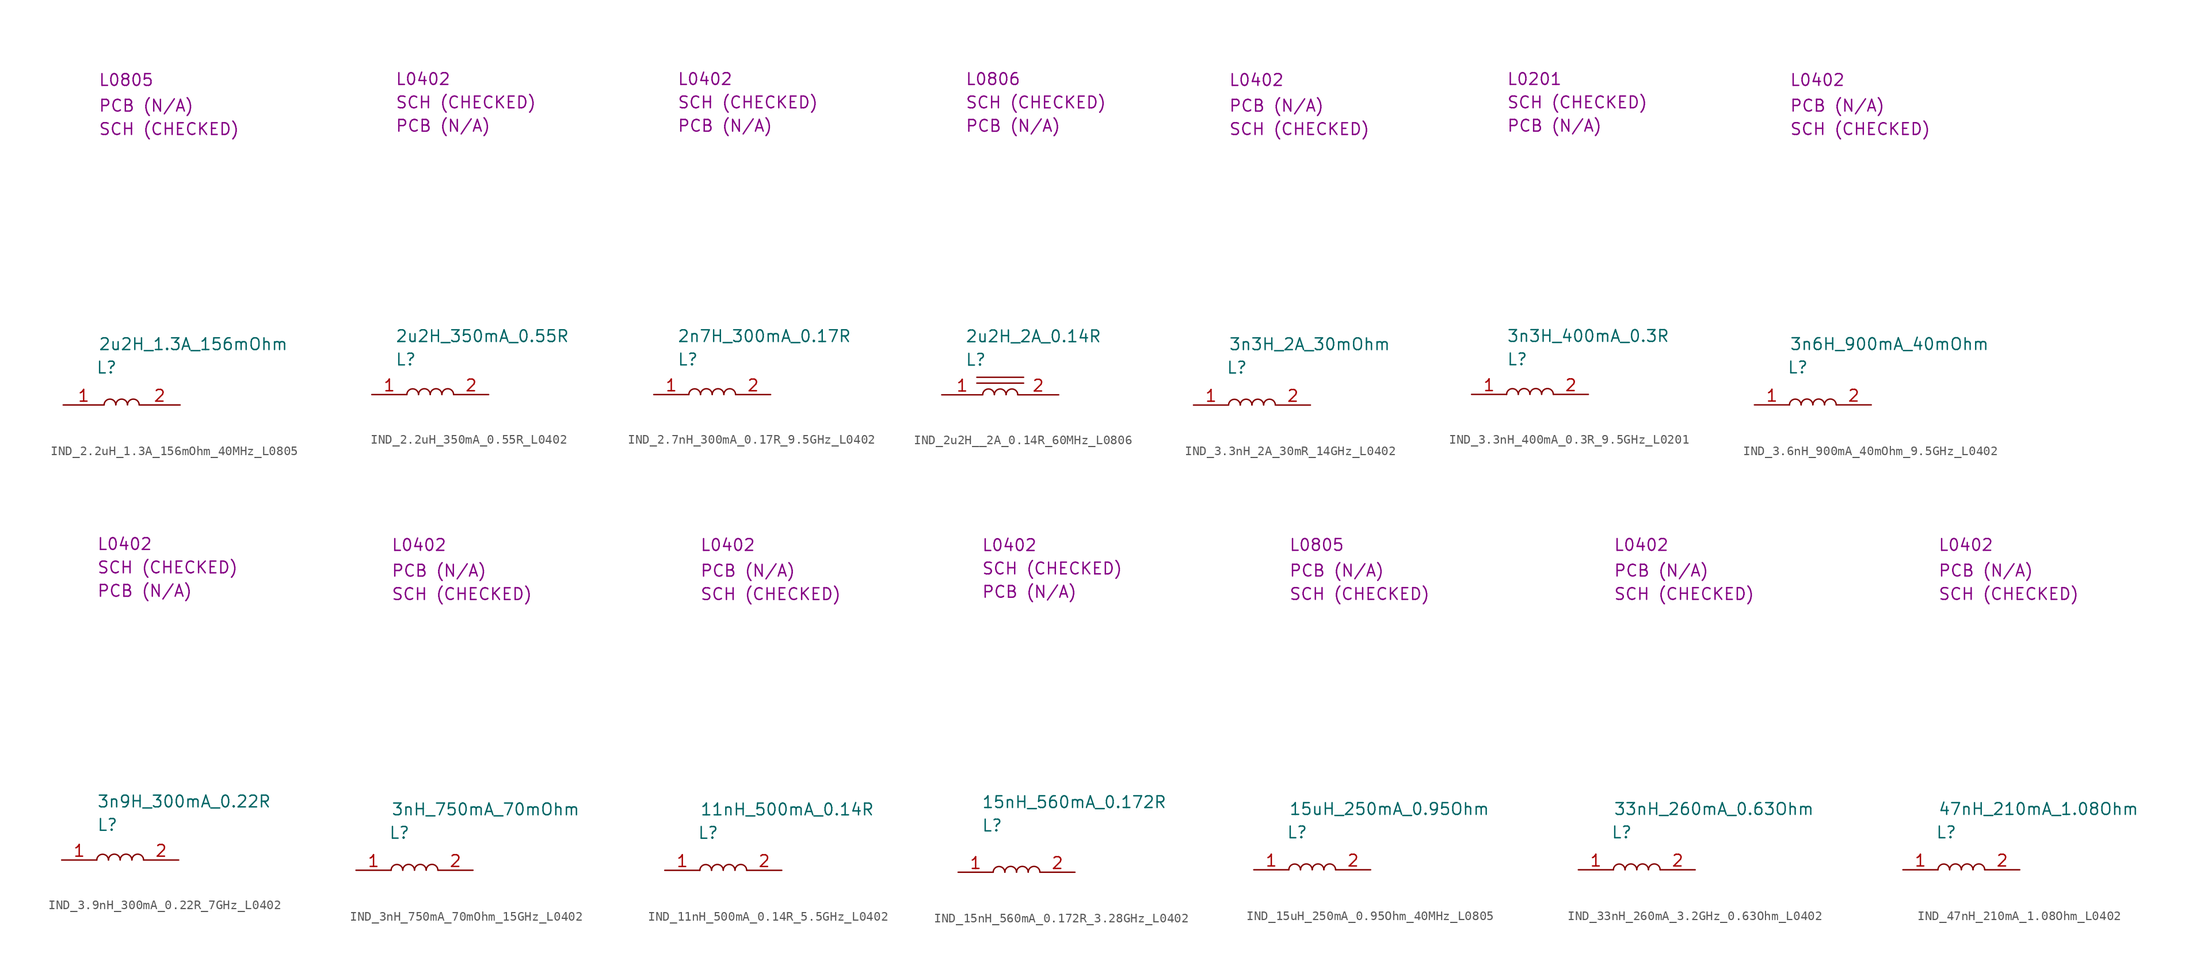
<source format=kicad_sym>
(kicad_symbol_lib
  (version 20231120)
  (generator "kicad_symbol_editor")
  (generator_version "8.0")
  (symbol "IND_2.2uH_1.3A_156mOhm_40MHz_L0805"
    (property "Reference" "L"
      (at 3.556 4.064 0)
      (effects (font (size 1.27 1.27)) (justify left)))
    (property "Value" "2u2H_1.3A_156mOhm"
      (at 3.81 6.604 0)
      (effects (font (size 1.27 1.27)) (justify left)))
    (property "Package" "L0805"
      (at 3.81 35.306 0)
      (effects (font (size 1.27 1.27)) (justify left)))
    (property "SCH CHECK" "SCH (CHECKED)"
      (at 3.81 29.972 0)
      (effects (font (size 1.27 1.27)) (justify left)))
    (property "PCB CHECK" "PCB (N/A)"
      (at 3.81 32.512 0)
      (effects (font (size 1.27 1.27)) (justify left)))
    (symbol "IND_2.2uH_1.3A_156mOhm_40MHz_L0805_0_1"
      (arc (start 5.715 0.0195) (mid 5.08 0.6353) (end 4.445 0.0195) (stroke (width 0) (type default)) (fill (type none)))
      (arc (start 6.985 0.0195) (mid 6.35 0.6353) (end 5.715 0.0195) (stroke (width 0) (type default)) (fill (type none)))
      (arc (start 8.255 0.0195) (mid 7.62 0.6353) (end 6.985 0.0195) (stroke (width 0) (type default)) (fill (type none))))
    (symbol "IND_2.2uH_1.3A_156mOhm_40MHz_L0805_1_1"
      (pin passive line (at 0 0 0) (length 4.445) (name "" (effects (font (size 1.27 1.27)))) (number "1" (effects (font (size 1.27 1.27)))))
      (pin passive line (at 12.7 0 180) (length 4.445) (name "" (effects (font (size 1.27 1.27)))) (number "2" (effects (font (size 1.27 1.27)))))))
  (symbol "IND_2.2uH_350mA_0.55R_L0402"
    (property "Reference" "L"
      (at 2.54 3.81 0)
      (effects (font (size 1.27 1.27)) (justify left)))
    (property "Value" "2u2H_350mA_0.55R"
      (at 2.54 6.35 0)
      (effects (font (size 1.27 1.27)) (justify left)))
    (property "SCH CHECK" "SCH (CHECKED)"
      (at 2.54 31.75 0)
      (effects (font (size 1.27 1.27)) (justify left)))
    (property "Package" "L0402"
      (at 2.54 34.29 0)
      (effects (font (size 1.27 1.27)) (justify left)))
    (property "PCB CHECk" "PCB (N/A)"
      (at 2.54 29.21 0)
      (effects (font (size 1.27 1.27)) (justify left)))
    (symbol "IND_2.2uH_350mA_0.55R_L0402_0_1"
      (arc (start 5.08 0) (mid 4.445 0.6238) (end 3.81 0) (stroke (width 0) (type default)) (fill (type none)))
      (arc (start 6.35 0.0113) (mid 5.715 0.6351) (end 5.08 0.0113) (stroke (width 0) (type default)) (fill (type none)))
      (arc (start 7.62 0.0113) (mid 6.985 0.6351) (end 6.35 0.0113) (stroke (width 0) (type default)) (fill (type none)))
      (arc (start 8.89 0.0113) (mid 8.255 0.6351) (end 7.62 0.0113) (stroke (width 0) (type default)) (fill (type none))))
    (symbol "IND_2.2uH_350mA_0.55R_L0402_1_1"
      (pin passive line (at 0 0 0) (length 3.81) (name "" (effects (font (size 1.27 1.27)))) (number "1" (effects (font (size 1.27 1.27)))))
      (pin passive line (at 12.7 0 180) (length 3.81) (name "" (effects (font (size 1.27 1.27)))) (number "2" (effects (font (size 1.27 1.27)))))))
  (symbol "IND_2.7nH_300mA_0.17R_9.5GHz_L0402"
    (property "Reference" "L"
      (at 2.54 3.81 0)
      (effects (font (size 1.27 1.27)) (justify left)))
    (property "Value" "2n7H_300mA_0.17R"
      (at 2.54 6.35 0)
      (effects (font (size 1.27 1.27)) (justify left)))
    (property "SCH CHECK" "SCH (CHECKED)"
      (at 2.54 31.75 0)
      (effects (font (size 1.27 1.27)) (justify left)))
    (property "Package" "L0402"
      (at 2.54 34.29 0)
      (effects (font (size 1.27 1.27)) (justify left)))
    (property "PCB CHECk" "PCB (N/A)"
      (at 2.54 29.21 0)
      (effects (font (size 1.27 1.27)) (justify left)))
    (symbol "IND_2.7nH_300mA_0.17R_9.5GHz_L0402_0_1"
      (arc (start 5.08 0) (mid 4.445 0.6238) (end 3.81 0) (stroke (width 0) (type default)) (fill (type none)))
      (arc (start 6.35 0.0113) (mid 5.715 0.6351) (end 5.08 0.0113) (stroke (width 0) (type default)) (fill (type none)))
      (arc (start 7.62 0.0113) (mid 6.985 0.6351) (end 6.35 0.0113) (stroke (width 0) (type default)) (fill (type none)))
      (arc (start 8.89 0.0113) (mid 8.255 0.6351) (end 7.62 0.0113) (stroke (width 0) (type default)) (fill (type none))))
    (symbol "IND_2.7nH_300mA_0.17R_9.5GHz_L0402_1_1"
      (pin passive line (at 0 0 0) (length 3.81) (name "" (effects (font (size 1.27 1.27)))) (number "1" (effects (font (size 1.27 1.27)))))
      (pin passive line (at 12.7 0 180) (length 3.81) (name "" (effects (font (size 1.27 1.27)))) (number "2" (effects (font (size 1.27 1.27)))))))
  (symbol "IND_2u2H__2A_0.14R_60MHz_L0806"
    (property "Reference" "L"
      (at 2.54 3.81 0)
      (effects (font (size 1.27 1.27)) (justify left)))
    (property "Value" "2u2H_2A_0.14R"
      (at 2.54 6.35 0)
      (effects (font (size 1.27 1.27)) (justify left)))
    (property "Package" "L0806"
      (at 2.54 34.29 0)
      (effects (font (size 1.27 1.27)) (justify left)))
    (property "SCH CHECK" "SCH (CHECKED)"
      (at 2.54 31.75 0)
      (effects (font (size 1.27 1.27)) (justify left)))
    (property "PCB CHECk" "PCB (N/A)"
      (at 2.54 29.21 0)
      (effects (font (size 1.27 1.27)) (justify left)))
    (symbol "IND_2u2H__2A_0.14R_60MHz_L0806_0_1"
      (polyline (pts (xy 3.81 1.27) (xy 8.89 1.27)) (stroke (width 0) (type default)) (fill (type none)))
      (polyline (pts (xy 3.81 1.905) (xy 8.89 1.905)) (stroke (width 0) (type default)) (fill (type none)))
      (arc (start 5.715 0.0195) (mid 5.08 0.6353) (end 4.445 0.0195) (stroke (width 0) (type default)) (fill (type none)))
      (arc (start 6.985 0.0195) (mid 6.35 0.6353) (end 5.715 0.0195) (stroke (width 0) (type default)) (fill (type none)))
      (arc (start 8.255 0.0195) (mid 7.62 0.6353) (end 6.985 0.0195) (stroke (width 0) (type default)) (fill (type none))))
    (symbol "IND_2u2H__2A_0.14R_60MHz_L0806_1_1"
      (pin passive line (at 0 0 0) (length 4.445) (name "" (effects (font (size 1.27 1.27)))) (number "1" (effects (font (size 1.27 1.27)))))
      (pin passive line (at 12.7 0 180) (length 4.445) (name "" (effects (font (size 1.27 1.27)))) (number "2" (effects (font (size 1.27 1.27)))))))
  (symbol "IND_3.3nH_2A_30mR_14GHz_L0402"
    (property "Reference" "L"
      (at 3.556 4.064 0)
      (effects (font (size 1.27 1.27)) (justify left)))
    (property "Value" "3n3H_2A_30mOhm"
      (at 3.81 6.604 0)
      (effects (font (size 1.27 1.27)) (justify left)))
    (property "Package" "L0402"
      (at 3.81 35.306 0)
      (effects (font (size 1.27 1.27)) (justify left)))
    (property "SCH CHECK" "SCH (CHECKED)"
      (at 3.81 29.972 0)
      (effects (font (size 1.27 1.27)) (justify left)))
    (property "PCB CHECK" "PCB (N/A)"
      (at 3.81 32.512 0)
      (effects (font (size 1.27 1.27)) (justify left)))
    (symbol "IND_3.3nH_2A_30mR_14GHz_L0402_0_1"
      (arc (start 5.08 0) (mid 4.445 0.6238) (end 3.81 0) (stroke (width 0) (type default)) (fill (type none)))
      (arc (start 6.35 0.0113) (mid 5.715 0.6351) (end 5.08 0.0113) (stroke (width 0) (type default)) (fill (type none)))
      (arc (start 7.62 0.0113) (mid 6.985 0.6351) (end 6.35 0.0113) (stroke (width 0) (type default)) (fill (type none)))
      (arc (start 8.89 0.0113) (mid 8.255 0.6351) (end 7.62 0.0113) (stroke (width 0) (type default)) (fill (type none))))
    (symbol "IND_3.3nH_2A_30mR_14GHz_L0402_1_1"
      (pin passive line (at 0 0 0) (length 3.81) (name "" (effects (font (size 1.27 1.27)))) (number "1" (effects (font (size 1.27 1.27)))))
      (pin passive line (at 12.7 0 180) (length 3.81) (name "" (effects (font (size 1.27 1.27)))) (number "2" (effects (font (size 1.27 1.27)))))))
  (symbol "IND_3.3nH_400mA_0.3R_9.5GHz_L0201"
    (property "Reference" "L"
      (at 3.81 3.81 0)
      (effects (font (size 1.27 1.27)) (justify left)))
    (property "Value" "3n3H_400mA_0.3R"
      (at 3.81 6.35 0)
      (effects (font (size 1.27 1.27)) (justify left)))
    (property "SCH CHECK" "SCH (CHECKED)"
      (at 3.81 31.75 0)
      (effects (font (size 1.27 1.27)) (justify left)))
    (property "Package" "L0201"
      (at 3.81 34.29 0)
      (effects (font (size 1.27 1.27)) (justify left)))
    (property "PCB CHECk" "PCB (N/A)"
      (at 3.81 29.21 0)
      (effects (font (size 1.27 1.27)) (justify left)))
    (symbol "IND_3.3nH_400mA_0.3R_9.5GHz_L0201_0_1"
      (arc (start 5.08 0) (mid 4.445 0.6238) (end 3.81 0) (stroke (width 0) (type default)) (fill (type none)))
      (arc (start 6.35 0.0113) (mid 5.715 0.6351) (end 5.08 0.0113) (stroke (width 0) (type default)) (fill (type none)))
      (arc (start 7.62 0.0113) (mid 6.985 0.6351) (end 6.35 0.0113) (stroke (width 0) (type default)) (fill (type none)))
      (arc (start 8.89 0.0113) (mid 8.255 0.6351) (end 7.62 0.0113) (stroke (width 0) (type default)) (fill (type none))))
    (symbol "IND_3.3nH_400mA_0.3R_9.5GHz_L0201_1_1"
      (pin passive line (at 0 0 0) (length 3.81) (name "" (effects (font (size 1.27 1.27)))) (number "1" (effects (font (size 1.27 1.27)))))
      (pin passive line (at 12.7 0 180) (length 3.81) (name "" (effects (font (size 1.27 1.27)))) (number "2" (effects (font (size 1.27 1.27)))))))
  (symbol "IND_3.6nH_900mA_40mOhm_9.5GHz_L0402"
    (property "Reference" "L"
      (at 3.556 4.064 0)
      (effects (font (size 1.27 1.27)) (justify left)))
    (property "Value" "3n6H_900mA_40mOhm"
      (at 3.81 6.604 0)
      (effects (font (size 1.27 1.27)) (justify left)))
    (property "Package" "L0402"
      (at 3.81 35.306 0)
      (effects (font (size 1.27 1.27)) (justify left)))
    (property "SCH CHECK" "SCH (CHECKED)"
      (at 3.81 29.972 0)
      (effects (font (size 1.27 1.27)) (justify left)))
    (property "PCB CHECK" "PCB (N/A)"
      (at 3.81 32.512 0)
      (effects (font (size 1.27 1.27)) (justify left)))
    (symbol "IND_3.6nH_900mA_40mOhm_9.5GHz_L0402_0_1"
      (arc (start 5.08 0) (mid 4.445 0.6238) (end 3.81 0) (stroke (width 0) (type default)) (fill (type none)))
      (arc (start 6.35 0.0113) (mid 5.715 0.6351) (end 5.08 0.0113) (stroke (width 0) (type default)) (fill (type none)))
      (arc (start 7.62 0.0113) (mid 6.985 0.6351) (end 6.35 0.0113) (stroke (width 0) (type default)) (fill (type none)))
      (arc (start 8.89 0.0113) (mid 8.255 0.6351) (end 7.62 0.0113) (stroke (width 0) (type default)) (fill (type none))))
    (symbol "IND_3.6nH_900mA_40mOhm_9.5GHz_L0402_1_1"
      (pin passive line (at 0 0 0) (length 3.81) (name "" (effects (font (size 1.27 1.27)))) (number "1" (effects (font (size 1.27 1.27)))))
      (pin passive line (at 12.7 0 180) (length 3.81) (name "" (effects (font (size 1.27 1.27)))) (number "2" (effects (font (size 1.27 1.27)))))))
  (symbol "IND_3.9nH_300mA_0.22R_7GHz_L0402"
    (property "Reference" "L"
      (at 3.81 3.81 0)
      (effects (font (size 1.27 1.27)) (justify left)))
    (property "Value" "3n9H_300mA_0.22R"
      (at 3.81 6.35 0)
      (effects (font (size 1.27 1.27)) (justify left)))
    (property "SCH CHECK" "SCH (CHECKED)"
      (at 3.81 31.75 0)
      (effects (font (size 1.27 1.27)) (justify left)))
    (property "Package" "L0402"
      (at 3.81 34.29 0)
      (effects (font (size 1.27 1.27)) (justify left)))
    (property "PCB CHECk" "PCB (N/A)"
      (at 3.81 29.21 0)
      (effects (font (size 1.27 1.27)) (justify left)))
    (symbol "IND_3.9nH_300mA_0.22R_7GHz_L0402_0_1"
      (arc (start 5.08 0) (mid 4.445 0.6238) (end 3.81 0) (stroke (width 0) (type default)) (fill (type none)))
      (arc (start 6.35 0.0113) (mid 5.715 0.6351) (end 5.08 0.0113) (stroke (width 0) (type default)) (fill (type none)))
      (arc (start 7.62 0.0113) (mid 6.985 0.6351) (end 6.35 0.0113) (stroke (width 0) (type default)) (fill (type none)))
      (arc (start 8.89 0.0113) (mid 8.255 0.6351) (end 7.62 0.0113) (stroke (width 0) (type default)) (fill (type none))))
    (symbol "IND_3.9nH_300mA_0.22R_7GHz_L0402_1_1"
      (pin passive line (at 0 0 0) (length 3.81) (name "" (effects (font (size 1.27 1.27)))) (number "1" (effects (font (size 1.27 1.27)))))
      (pin passive line (at 12.7 0 180) (length 3.81) (name "" (effects (font (size 1.27 1.27)))) (number "2" (effects (font (size 1.27 1.27)))))))
  (symbol "IND_3nH_750mA_70mOhm_15GHz_L0402"
    (property "Reference" "L"
      (at 3.556 4.064 0)
      (effects (font (size 1.27 1.27)) (justify left)))
    (property "Value" "3nH_750mA_70mOhm"
      (at 3.81 6.604 0)
      (effects (font (size 1.27 1.27)) (justify left)))
    (property "Package" "L0402"
      (at 3.81 35.306 0)
      (effects (font (size 1.27 1.27)) (justify left)))
    (property "SCH CHECK" "SCH (CHECKED)"
      (at 3.81 29.972 0)
      (effects (font (size 1.27 1.27)) (justify left)))
    (property "PCB CHECK" "PCB (N/A)"
      (at 3.81 32.512 0)
      (effects (font (size 1.27 1.27)) (justify left)))
    (symbol "IND_3nH_750mA_70mOhm_15GHz_L0402_0_1"
      (arc (start 5.08 0) (mid 4.445 0.6238) (end 3.81 0) (stroke (width 0) (type default)) (fill (type none)))
      (arc (start 6.35 0.0113) (mid 5.715 0.6351) (end 5.08 0.0113) (stroke (width 0) (type default)) (fill (type none)))
      (arc (start 7.62 0.0113) (mid 6.985 0.6351) (end 6.35 0.0113) (stroke (width 0) (type default)) (fill (type none)))
      (arc (start 8.89 0.0113) (mid 8.255 0.6351) (end 7.62 0.0113) (stroke (width 0) (type default)) (fill (type none))))
    (symbol "IND_3nH_750mA_70mOhm_15GHz_L0402_1_1"
      (pin passive line (at 0 0 0) (length 3.81) (name "" (effects (font (size 1.27 1.27)))) (number "1" (effects (font (size 1.27 1.27)))))
      (pin passive line (at 12.7 0 180) (length 3.81) (name "" (effects (font (size 1.27 1.27)))) (number "2" (effects (font (size 1.27 1.27)))))))
  (symbol "IND_11nH_500mA_0.14R_5.5GHz_L0402"
    (property "Reference" "L"
      (at 3.556 4.064 0)
      (effects (font (size 1.27 1.27)) (justify left)))
    (property "Value" "11nH_500mA_0.14R"
      (at 3.81 6.604 0)
      (effects (font (size 1.27 1.27)) (justify left)))
    (property "Package" "L0402"
      (at 3.81 35.306 0)
      (effects (font (size 1.27 1.27)) (justify left)))
    (property "SCH CHECK" "SCH (CHECKED)"
      (at 3.81 29.972 0)
      (effects (font (size 1.27 1.27)) (justify left)))
    (property "PCB CHECK" "PCB (N/A)"
      (at 3.81 32.512 0)
      (effects (font (size 1.27 1.27)) (justify left)))
    (symbol "IND_11nH_500mA_0.14R_5.5GHz_L0402_0_1"
      (arc (start 5.08 0) (mid 4.445 0.6238) (end 3.81 0) (stroke (width 0) (type default)) (fill (type none)))
      (arc (start 6.35 0.0113) (mid 5.715 0.6351) (end 5.08 0.0113) (stroke (width 0) (type default)) (fill (type none)))
      (arc (start 7.62 0.0113) (mid 6.985 0.6351) (end 6.35 0.0113) (stroke (width 0) (type default)) (fill (type none)))
      (arc (start 8.89 0.0113) (mid 8.255 0.6351) (end 7.62 0.0113) (stroke (width 0) (type default)) (fill (type none))))
    (symbol "IND_11nH_500mA_0.14R_5.5GHz_L0402_1_1"
      (pin passive line (at 0 0 0) (length 3.81) (name "" (effects (font (size 1.27 1.27)))) (number "1" (effects (font (size 1.27 1.27)))))
      (pin passive line (at 12.7 0 180) (length 3.81) (name "" (effects (font (size 1.27 1.27)))) (number "2" (effects (font (size 1.27 1.27)))))))
  (symbol "IND_15nH_560mA_0.172R_3.28GHz_L0402"
    (property "Reference" "L"
      (at 2.54 5.08 0)
      (effects (font (size 1.27 1.27)) (justify left)))
    (property "Value" "15nH_560mA_0.172R"
      (at 2.54 7.62 0)
      (effects (font (size 1.27 1.27)) (justify left)))
    (property "SCH CHECK" "SCH (CHECKED)"
      (at 2.54 33.02 0)
      (effects (font (size 1.27 1.27)) (justify left)))
    (property "Package" "L0402"
      (at 2.54 35.56 0)
      (effects (font (size 1.27 1.27)) (justify left)))
    (property "PCB CHECk" "PCB (N/A)"
      (at 2.54 30.48 0)
      (effects (font (size 1.27 1.27)) (justify left)))
    (symbol "IND_15nH_560mA_0.172R_3.28GHz_L0402_0_1"
      (arc (start 5.08 0) (mid 4.445 0.6238) (end 3.81 0) (stroke (width 0) (type default)) (fill (type none)))
      (arc (start 6.35 0.0113) (mid 5.715 0.6351) (end 5.08 0.0113) (stroke (width 0) (type default)) (fill (type none)))
      (arc (start 7.62 0.0113) (mid 6.985 0.6351) (end 6.35 0.0113) (stroke (width 0) (type default)) (fill (type none)))
      (arc (start 8.89 0.0113) (mid 8.255 0.6351) (end 7.62 0.0113) (stroke (width 0) (type default)) (fill (type none))))
    (symbol "IND_15nH_560mA_0.172R_3.28GHz_L0402_1_1"
      (pin passive line (at 0 0 0) (length 3.81) (name "" (effects (font (size 1.27 1.27)))) (number "1" (effects (font (size 1.27 1.27)))))
      (pin passive line (at 12.7 0 180) (length 3.81) (name "" (effects (font (size 1.27 1.27)))) (number "2" (effects (font (size 1.27 1.27)))))))
  (symbol "IND_15uH_250mA_0.95Ohm_40MHz_L0805"
    (property "Reference" "L"
      (at 3.556 4.064 0)
      (effects (font (size 1.27 1.27)) (justify left)))
    (property "Value" "15uH_250mA_0.95Ohm"
      (at 3.81 6.604 0)
      (effects (font (size 1.27 1.27)) (justify left)))
    (property "Package" "L0805"
      (at 3.81 35.306 0)
      (effects (font (size 1.27 1.27)) (justify left)))
    (property "SCH CHECK" "SCH (CHECKED)"
      (at 3.81 29.972 0)
      (effects (font (size 1.27 1.27)) (justify left)))
    (property "PCB CHECK" "PCB (N/A)"
      (at 3.81 32.512 0)
      (effects (font (size 1.27 1.27)) (justify left)))
    (symbol "IND_15uH_250mA_0.95Ohm_40MHz_L0805_0_1"
      (arc (start 5.08 0) (mid 4.445 0.6238) (end 3.81 0) (stroke (width 0) (type default)) (fill (type none)))
      (arc (start 6.35 0.0113) (mid 5.715 0.6351) (end 5.08 0.0113) (stroke (width 0) (type default)) (fill (type none)))
      (arc (start 7.62 0.0113) (mid 6.985 0.6351) (end 6.35 0.0113) (stroke (width 0) (type default)) (fill (type none)))
      (arc (start 8.89 0.0113) (mid 8.255 0.6351) (end 7.62 0.0113) (stroke (width 0) (type default)) (fill (type none))))
    (symbol "IND_15uH_250mA_0.95Ohm_40MHz_L0805_1_1"
      (pin passive line (at 0 0 0) (length 3.81) (name "" (effects (font (size 1.27 1.27)))) (number "1" (effects (font (size 1.27 1.27)))))
      (pin passive line (at 12.7 0 180) (length 3.81) (name "" (effects (font (size 1.27 1.27)))) (number "2" (effects (font (size 1.27 1.27)))))))
  (symbol "IND_33nH_260mA_3.2GHz_0.63Ohm_L0402"
    (property "Reference" "L"
      (at 3.556 4.064 0)
      (effects (font (size 1.27 1.27)) (justify left)))
    (property "Value" "33nH_260mA_0.63Ohm"
      (at 3.81 6.604 0)
      (effects (font (size 1.27 1.27)) (justify left)))
    (property "Package" "L0402"
      (at 3.81 35.306 0)
      (effects (font (size 1.27 1.27)) (justify left)))
    (property "SCH CHECK" "SCH (CHECKED)"
      (at 3.81 29.972 0)
      (effects (font (size 1.27 1.27)) (justify left)))
    (property "PCB CHECK" "PCB (N/A)"
      (at 3.81 32.512 0)
      (effects (font (size 1.27 1.27)) (justify left)))
    (symbol "IND_33nH_260mA_3.2GHz_0.63Ohm_L0402_0_1"
      (arc (start 5.08 0) (mid 4.445 0.6238) (end 3.81 0) (stroke (width 0) (type default)) (fill (type none)))
      (arc (start 6.35 0.0113) (mid 5.715 0.6351) (end 5.08 0.0113) (stroke (width 0) (type default)) (fill (type none)))
      (arc (start 7.62 0.0113) (mid 6.985 0.6351) (end 6.35 0.0113) (stroke (width 0) (type default)) (fill (type none)))
      (arc (start 8.89 0.0113) (mid 8.255 0.6351) (end 7.62 0.0113) (stroke (width 0) (type default)) (fill (type none))))
    (symbol "IND_33nH_260mA_3.2GHz_0.63Ohm_L0402_1_1"
      (pin passive line (at 0 0 0) (length 3.81) (name "" (effects (font (size 1.27 1.27)))) (number "1" (effects (font (size 1.27 1.27)))))
      (pin passive line (at 12.7 0 180) (length 3.81) (name "" (effects (font (size 1.27 1.27)))) (number "2" (effects (font (size 1.27 1.27)))))))
  (symbol "IND_47nH_210mA_1.08Ohm_L0402"
    (property "Reference" "L"
      (at 3.556 4.064 0)
      (effects (font (size 1.27 1.27)) (justify left)))
    (property "Value" "47nH_210mA_1.08Ohm"
      (at 3.81 6.604 0)
      (effects (font (size 1.27 1.27)) (justify left)))
    (property "Package" "L0402"
      (at 3.81 35.306 0)
      (effects (font (size 1.27 1.27)) (justify left)))
    (property "SCH CHECK" "SCH (CHECKED)"
      (at 3.81 29.972 0)
      (effects (font (size 1.27 1.27)) (justify left)))
    (property "PCB CHECK" "PCB (N/A)"
      (at 3.81 32.512 0)
      (effects (font (size 1.27 1.27)) (justify left)))
    (symbol "IND_47nH_210mA_1.08Ohm_L0402_0_1"
      (arc (start 5.08 0) (mid 4.445 0.6238) (end 3.81 0) (stroke (width 0) (type default)) (fill (type none)))
      (arc (start 6.35 0.0113) (mid 5.715 0.6351) (end 5.08 0.0113) (stroke (width 0) (type default)) (fill (type none)))
      (arc (start 7.62 0.0113) (mid 6.985 0.6351) (end 6.35 0.0113) (stroke (width 0) (type default)) (fill (type none)))
      (arc (start 8.89 0.0113) (mid 8.255 0.6351) (end 7.62 0.0113) (stroke (width 0) (type default)) (fill (type none))))
    (symbol "IND_47nH_210mA_1.08Ohm_L0402_1_1"
      (pin passive line (at 0 0 0) (length 3.81) (name "" (effects (font (size 1.27 1.27)))) (number "1" (effects (font (size 1.27 1.27)))))
      (pin passive line (at 12.7 0 180) (length 3.81) (name "" (effects (font (size 1.27 1.27)))) (number "2" (effects (font (size 1.27 1.27))))))))
</source>
